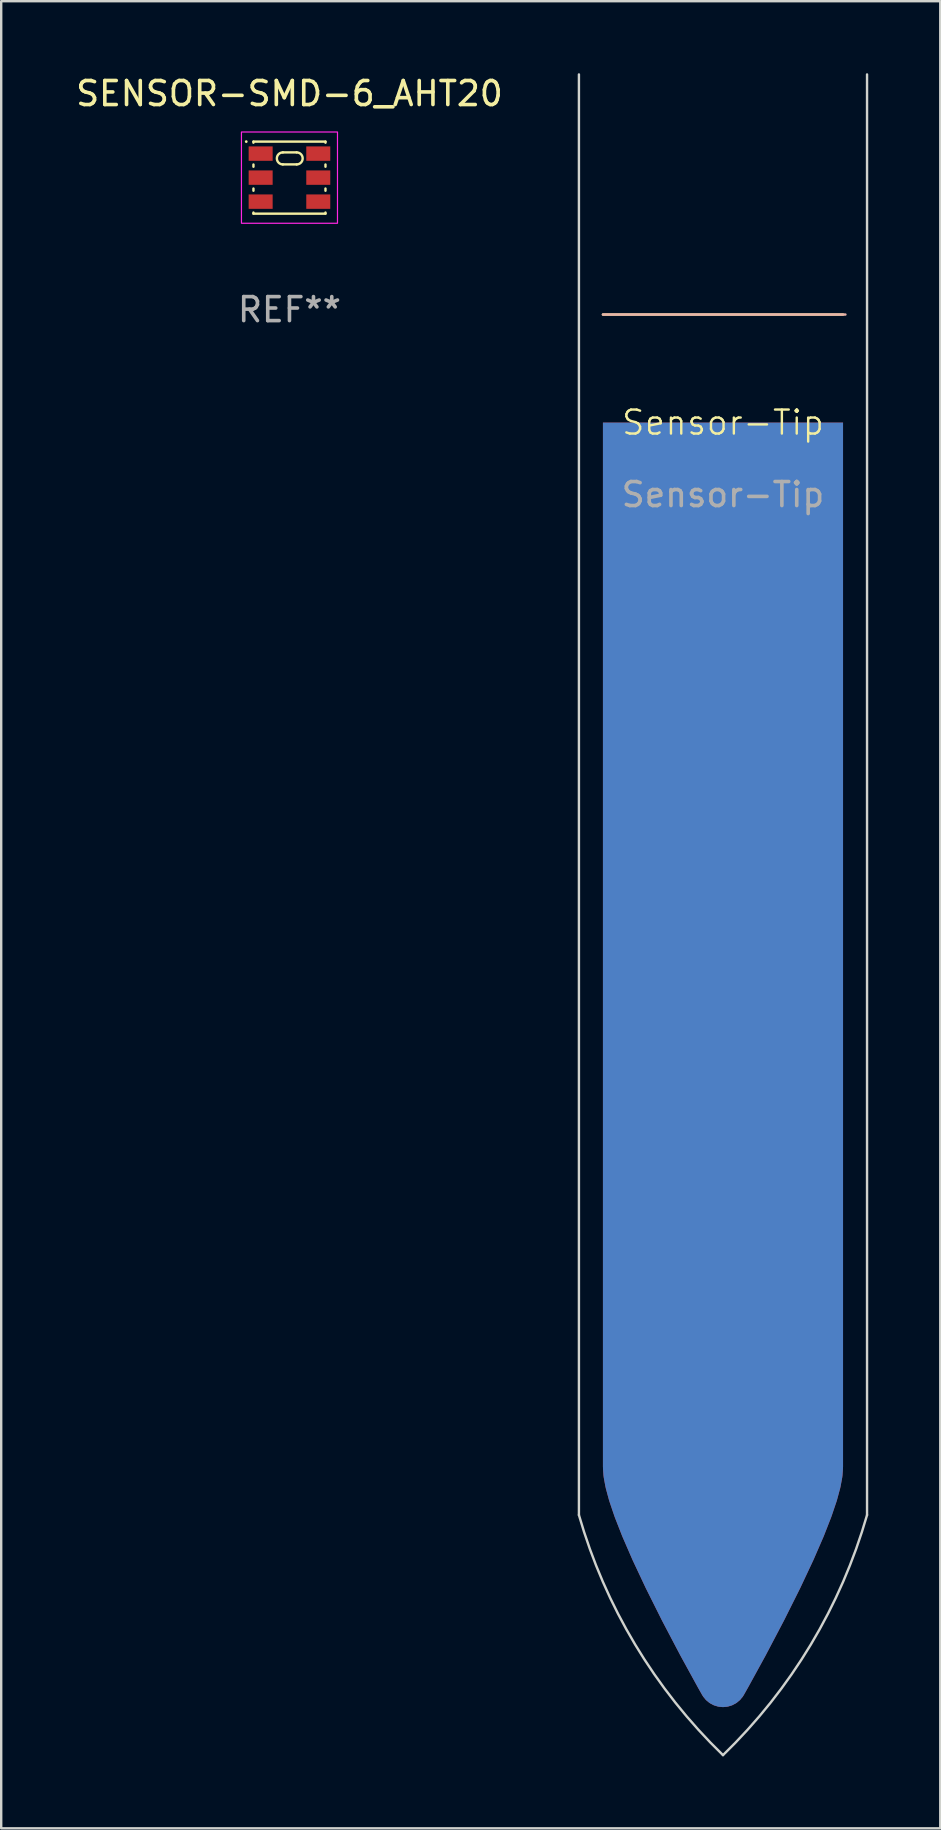
<source format=kicad_pcb>
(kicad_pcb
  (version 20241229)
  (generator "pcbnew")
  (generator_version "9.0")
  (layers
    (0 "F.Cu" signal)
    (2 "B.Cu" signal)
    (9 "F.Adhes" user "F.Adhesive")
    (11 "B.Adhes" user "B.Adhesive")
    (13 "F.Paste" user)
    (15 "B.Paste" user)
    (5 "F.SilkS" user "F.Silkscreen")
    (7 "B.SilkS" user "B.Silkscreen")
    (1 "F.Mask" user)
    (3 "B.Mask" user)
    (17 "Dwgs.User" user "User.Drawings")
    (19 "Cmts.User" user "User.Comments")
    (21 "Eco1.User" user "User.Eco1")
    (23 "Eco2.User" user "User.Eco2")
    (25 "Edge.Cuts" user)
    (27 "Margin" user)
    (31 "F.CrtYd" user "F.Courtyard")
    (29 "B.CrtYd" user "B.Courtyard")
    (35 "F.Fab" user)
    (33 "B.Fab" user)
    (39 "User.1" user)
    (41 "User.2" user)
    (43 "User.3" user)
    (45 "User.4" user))
  (footprint "SENSOR-SMD-6_AHT20"
    (layer "F.Cu")
    (at 9.006 4.348)
    (property "Reference" "SENSOR-SMD-6_AHT20" (at 0 -3.5 0) (layer "F.SilkS") (effects (font (size 1 1) (thickness 0.15))))
    (attr smd)
    (fp_line (start -1.5 -1.5) (end 1.5 -1.5) (stroke (width 0.1) (type solid)) (layer "F.SilkS"))
    (fp_line (start -1.5 -1.454) (end -1.5 -1.5) (stroke (width 0.1) (type solid)) (layer "F.SilkS"))
    (fp_line (start -1.5 -0.454) (end -1.5 -0.546) (stroke (width 0.1) (type solid)) (layer "F.SilkS"))
    (fp_line (start -1.5 0.546) (end -1.5 0.454) (stroke (width 0.1) (type solid)) (layer "F.SilkS"))
    (fp_line (start -1.5 1.5) (end -1.5 1.454) (stroke (width 0.1) (type solid)) (layer "F.SilkS"))
    (fp_line (start -0.275 -1.05) (end 0.299 -1.05) (stroke (width 0.1) (type solid)) (layer "F.SilkS"))
    (fp_line (start -0.275 -0.55) (end 0.3 -0.55) (stroke (width 0.1) (type solid)) (layer "F.SilkS"))
    (fp_line (start 1.5 -1.5) (end 1.5 -1.454) (stroke (width 0.1) (type solid)) (layer "F.SilkS"))
    (fp_line (start 1.5 -0.546) (end 1.5 -0.454) (stroke (width 0.1) (type solid)) (layer "F.SilkS"))
    (fp_line (start 1.5 0.454) (end 1.5 0.546) (stroke (width 0.1) (type solid)) (layer "F.SilkS"))
    (fp_line (start 1.5 1.454) (end 1.5 1.5) (stroke (width 0.1) (type solid)) (layer "F.SilkS"))
    (fp_line (start 1.5 1.5) (end -1.5 1.5) (stroke (width 0.1) (type solid)) (layer "F.SilkS"))
    (fp_arc (start -0.275006 -0.549987) (mid -0.525006 -0.799987) (end -0.275006 -1.049987) (stroke (width 0.1) (type solid)) (layer "F.SilkS"))
    (fp_arc (start 0.298908 -1.050775) (mid 0.547411 -0.800909) (end 0.3 -0.549962) (stroke (width 0.1) (type solid)) (layer "F.SilkS"))
    (fp_circle (center -1.8 -1.5) (end -1.77 -1.5) (stroke (width 0.06) (type solid)) (fill no) (layer "F.SilkS"))
    (fp_rect (start -2 -1.9) (end 2 1.9) (stroke (width 0.05) (type default)) (fill no) (layer "F.CrtYd"))
    (fp_text user "REF**" (at 0 5.5 0) (layer "F.Fab") (effects (font (size 1 1) (thickness 0.15))))
    (pad "1" smd rect (at -1.2 -1) (size 1 0.6) (layers "F.Cu" "F.Mask" "F.Paste"))
    (pad "2" smd rect (at -1.2 0) (size 1 0.6) (layers "F.Cu" "F.Mask" "F.Paste"))
    (pad "3" smd rect (at -1.2 1) (size 1 0.6) (layers "F.Cu" "F.Mask" "F.Paste"))
    (pad "4" smd rect (at 1.2 1) (size 1 0.6) (layers "F.Cu" "F.Mask" "F.Paste"))
    (pad "5" smd rect (at 1.2 0) (size 1 0.6) (layers "F.Cu" "F.Mask" "F.Paste"))
    (pad "6" smd rect (at 1.2 -1) (size 1 0.6) (layers "F.Cu" "F.Mask" "F.Paste")))
  (footprint "Sensor-Tip"
    (layer "F.Cu")
    (at 27.062 15.05)
    (property "Reference" "Sensor-Tip" (at 0 -0.5 0) (unlocked yes) (layer "F.SilkS") (effects (font (size 1 1) (thickness 0.1))))
    (fp_line (start -5 -5) (end 5 -5) (stroke (width 0.1) (type default)) (layer "F.SilkS"))
    (fp_line (start -5 -5) (end 5.1 -5) (stroke (width 0.1) (type default)) (layer "B.SilkS"))
    (fp_line (start -6 45) (end -6 -15) (stroke (width 0.1) (type default)) (layer "Edge.Cuts"))
    (fp_line (start 6 -15) (end 6 45) (stroke (width 0.1) (type default)) (layer "Edge.Cuts"))
    (fp_arc (start 0 55) (mid -3.658262 50.394957) (end -6 45) (stroke (width 0.1) (type default)) (layer "Edge.Cuts"))
    (fp_arc (start 6 45) (mid 3.658262 50.394957) (end 0 55) (stroke (width 0.1) (type default)) (layer "Edge.Cuts"))
    (fp_text user "${REFERENCE}" (at 0 2.5 0) (unlocked yes) (layer "F.Fab") (effects (font (size 1 1) (thickness 0.15))))
    (pad "1" smd custom (at 0 0) (size 10 1) (layers "F.Cu") (options (anchor rect)) (primitives (gr_curve (pts (xy -4 43) (xy -4 45) (xy 0 52) (xy 0 52)) (width 2)) (gr_curve (pts (xy 4 43) (xy 4 45) (xy 0 52) (xy 0 52)) (width 2)) (gr_poly (pts (xy -5 0) (xy 5 0) (xy 5 43) (xy -5 43)) (width 0) (fill yes)) (gr_poly (pts (xy -5 43) (xy 0 52) (xy 5 43)) (width 0) (fill yes))))
    (pad "2" smd custom (at 0 0) (size 10 1) (layers "B.Cu") (options (anchor rect)) (primitives (gr_curve (pts (xy -4 43) (xy -4 45) (xy 0 52) (xy 0 52)) (width 2)) (gr_curve (pts (xy 4 43) (xy 4 45) (xy 0 52) (xy 0 52)) (width 2)) (gr_poly (pts (xy -5 0) (xy 5 0) (xy 5 43) (xy -5 43)) (width 0) (fill yes)) (gr_poly (pts (xy -5 43) (xy 0 52) (xy 5 43)) (width 0) (fill yes)))))
  (gr_rect
    (start -3 -3)
    (end 36.112 73.1)
    (stroke (width 0.1) (type default))
    (fill no)
    (layer "Edge.Cuts")))
</source>
